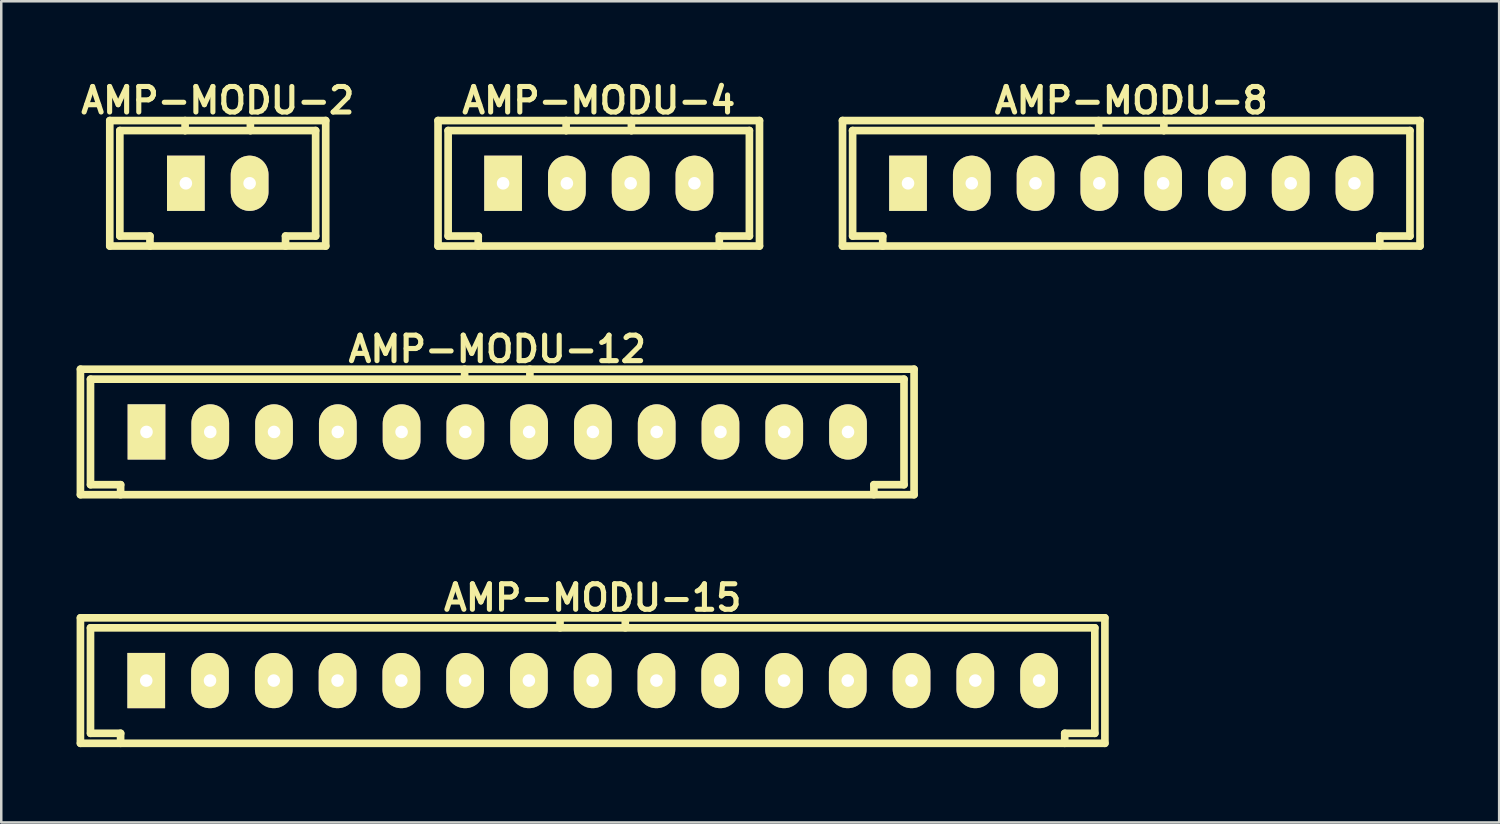
<source format=kicad_pcb>
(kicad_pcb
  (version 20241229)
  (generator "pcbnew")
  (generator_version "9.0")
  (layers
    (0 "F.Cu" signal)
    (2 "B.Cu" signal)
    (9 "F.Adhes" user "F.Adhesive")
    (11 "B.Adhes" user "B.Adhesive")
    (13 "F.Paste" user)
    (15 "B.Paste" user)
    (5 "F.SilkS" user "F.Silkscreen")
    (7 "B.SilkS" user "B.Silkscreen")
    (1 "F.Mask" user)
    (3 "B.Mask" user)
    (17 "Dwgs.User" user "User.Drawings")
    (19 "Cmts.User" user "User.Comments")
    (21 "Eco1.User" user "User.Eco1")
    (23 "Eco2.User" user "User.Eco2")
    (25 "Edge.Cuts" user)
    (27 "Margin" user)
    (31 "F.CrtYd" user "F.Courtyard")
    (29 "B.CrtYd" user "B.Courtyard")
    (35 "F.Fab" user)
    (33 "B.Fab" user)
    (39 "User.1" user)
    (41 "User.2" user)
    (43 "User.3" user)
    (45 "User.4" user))
  (footprint "AMP-MODU-4"
    (layer "F.Cu")
    (at 20.797 4.25)
    (property "Reference" "AMP-MODU-4" (at 0 -3.299 0) (layer "F.SilkS") (effects (font (size 1.016 1.016) (thickness 0.203))))
    (attr through_hole)
    (fp_line (start -6.401 -2.499) (end 6.401 -2.499) (stroke (width 0.305) (type solid)) (layer "F.SilkS"))
    (fp_line (start -6.401 2.499) (end -6.401 -2.499) (stroke (width 0.305) (type solid)) (layer "F.SilkS"))
    (fp_line (start -5.999 -2.101) (end -5.999 2.101) (stroke (width 0.305) (type solid)) (layer "F.SilkS"))
    (fp_line (start -4.801 2.101) (end -4.801 2.499) (stroke (width 0.305) (type solid)) (layer "F.SilkS"))
    (fp_line (start -4.798 2.101) (end -5.997 2.101) (stroke (width 0.305) (type solid)) (layer "F.SilkS"))
    (fp_line (start -1.3 -2.101) (end -5.999 -2.101) (stroke (width 0.305) (type solid)) (layer "F.SilkS"))
    (fp_line (start -1.3 -2.101) (end -1.3 -2.499) (stroke (width 0.305) (type solid)) (layer "F.SilkS"))
    (fp_line (start -1.3 -2.101) (end 1.3 -2.101) (stroke (width 0.305) (type solid)) (layer "F.SilkS"))
    (fp_line (start 1.3 -2.499) (end 1.3 -2.101) (stroke (width 0.305) (type solid)) (layer "F.SilkS"))
    (fp_line (start 4.801 2.499) (end 4.801 2.101) (stroke (width 0.305) (type solid)) (layer "F.SilkS"))
    (fp_line (start 5.999 -2.101) (end 1.3 -2.101) (stroke (width 0.305) (type solid)) (layer "F.SilkS"))
    (fp_line (start 5.999 2.101) (end 4.801 2.101) (stroke (width 0.305) (type solid)) (layer "F.SilkS"))
    (fp_line (start 5.999 2.101) (end 5.999 -2.101) (stroke (width 0.305) (type solid)) (layer "F.SilkS"))
    (fp_line (start 6.401 -2.499) (end 6.401 2.499) (stroke (width 0.305) (type solid)) (layer "F.SilkS"))
    (fp_line (start 6.401 2.499) (end -6.401 2.499) (stroke (width 0.305) (type solid)) (layer "F.SilkS"))
    (pad "1" thru_hole rect (at -3.81 0) (size 1.501 2.2) (drill 0.5) (layers "*.Cu" "*.Mask" "F.SilkS"))
    (pad "2" thru_hole oval (at -1.27 0) (size 1.501 2.2) (drill 0.5) (layers "*.Cu" "*.Mask" "F.SilkS"))
    (pad "3" thru_hole oval (at 1.27 0) (size 1.501 2.2) (drill 0.5) (layers "*.Cu" "*.Mask" "F.SilkS"))
    (pad "4" thru_hole oval (at 3.81 0) (size 1.501 2.2) (drill 0.5) (layers "*.Cu" "*.Mask" "F.SilkS")))
  (footprint "AMP-MODU-8"
    (layer "F.Cu")
    (at 42.004 4.25)
    (property "Reference" "AMP-MODU-8" (at 0 -3.299 0) (layer "F.SilkS") (effects (font (size 1.016 1.016) (thickness 0.203))))
    (attr through_hole)
    (fp_line (start -11.501 -2.499) (end 11.501 -2.499) (stroke (width 0.305) (type solid)) (layer "F.SilkS"))
    (fp_line (start -11.499 2.499) (end -11.499 -2.499) (stroke (width 0.305) (type solid)) (layer "F.SilkS"))
    (fp_line (start -11.097 -2.101) (end -11.097 2.101) (stroke (width 0.305) (type solid)) (layer "F.SilkS"))
    (fp_line (start -9.898 2.101) (end -9.898 2.499) (stroke (width 0.305) (type solid)) (layer "F.SilkS"))
    (fp_line (start -9.896 2.101) (end -11.095 2.101) (stroke (width 0.305) (type solid)) (layer "F.SilkS"))
    (fp_line (start -1.3 -2.101) (end -11.1 -2.101) (stroke (width 0.305) (type solid)) (layer "F.SilkS"))
    (fp_line (start -1.3 -2.101) (end -1.3 -2.499) (stroke (width 0.305) (type solid)) (layer "F.SilkS"))
    (fp_line (start -1.3 -2.101) (end 1.3 -2.101) (stroke (width 0.305) (type solid)) (layer "F.SilkS"))
    (fp_line (start 1.3 -2.499) (end 1.3 -2.101) (stroke (width 0.305) (type solid)) (layer "F.SilkS"))
    (fp_line (start 9.901 2.499) (end 9.901 2.101) (stroke (width 0.305) (type solid)) (layer "F.SilkS"))
    (fp_line (start 11.1 -2.101) (end 1.3 -2.101) (stroke (width 0.305) (type solid)) (layer "F.SilkS"))
    (fp_line (start 11.1 2.101) (end 9.901 2.101) (stroke (width 0.305) (type solid)) (layer "F.SilkS"))
    (fp_line (start 11.1 2.101) (end 11.1 -2.101) (stroke (width 0.305) (type solid)) (layer "F.SilkS"))
    (fp_line (start 11.501 -2.499) (end 11.501 2.499) (stroke (width 0.305) (type solid)) (layer "F.SilkS"))
    (fp_line (start 11.501 2.499) (end -11.501 2.499) (stroke (width 0.305) (type solid)) (layer "F.SilkS"))
    (pad "1" thru_hole rect (at -8.89 0) (size 1.501 2.2) (drill 0.5) (layers "*.Cu" "*.Mask" "F.SilkS"))
    (pad "2" thru_hole oval (at -6.35 0) (size 1.501 2.2) (drill 0.5) (layers "*.Cu" "*.Mask" "F.SilkS"))
    (pad "3" thru_hole oval (at -3.81 0) (size 1.501 2.2) (drill 0.5) (layers "*.Cu" "*.Mask" "F.SilkS"))
    (pad "4" thru_hole oval (at -1.27 0) (size 1.501 2.2) (drill 0.5) (layers "*.Cu" "*.Mask" "F.SilkS"))
    (pad "5" thru_hole oval (at 1.27 0) (size 1.501 2.2) (drill 0.5) (layers "*.Cu" "*.Mask" "F.SilkS"))
    (pad "6" thru_hole oval (at 3.81 0) (size 1.501 2.2) (drill 0.5) (layers "*.Cu" "*.Mask" "F.SilkS"))
    (pad "7" thru_hole oval (at 6.35 0) (size 1.501 2.2) (drill 0.5) (layers "*.Cu" "*.Mask" "F.SilkS"))
    (pad "8" thru_hole oval (at 8.89 0) (size 1.501 2.2) (drill 0.5) (layers "*.Cu" "*.Mask" "F.SilkS")))
  (footprint "AMP-MODU-2"
    (layer "F.Cu")
    (at 5.622 4.25)
    (property "Reference" "AMP-MODU-2" (at 0 -3.299 0) (layer "F.SilkS") (effects (font (size 1.016 1.016) (thickness 0.203))))
    (attr through_hole)
    (fp_line (start -4.3 -2.499) (end 4.3 -2.499) (stroke (width 0.305) (type solid)) (layer "F.SilkS"))
    (fp_line (start -4.3 2.499) (end -4.3 -2.499) (stroke (width 0.305) (type solid)) (layer "F.SilkS"))
    (fp_line (start -3.899 -2.101) (end -3.899 2.101) (stroke (width 0.305) (type solid)) (layer "F.SilkS"))
    (fp_line (start -2.7 2.101) (end -3.899 2.101) (stroke (width 0.305) (type solid)) (layer "F.SilkS"))
    (fp_line (start -2.7 2.101) (end -2.7 2.499) (stroke (width 0.305) (type solid)) (layer "F.SilkS"))
    (fp_line (start -1.3 -2.101) (end -3.899 -2.101) (stroke (width 0.305) (type solid)) (layer "F.SilkS"))
    (fp_line (start -1.3 -2.101) (end -1.3 -2.499) (stroke (width 0.305) (type solid)) (layer "F.SilkS"))
    (fp_line (start -1.3 -2.101) (end 1.3 -2.101) (stroke (width 0.305) (type solid)) (layer "F.SilkS"))
    (fp_line (start 1.3 -2.499) (end 1.3 -2.101) (stroke (width 0.305) (type solid)) (layer "F.SilkS"))
    (fp_line (start 1.3 -2.101) (end 3.899 -2.101) (stroke (width 0.305) (type solid)) (layer "F.SilkS"))
    (fp_line (start 2.7 2.499) (end 2.7 2.101) (stroke (width 0.305) (type solid)) (layer "F.SilkS"))
    (fp_line (start 3.899 2.101) (end 2.7 2.101) (stroke (width 0.305) (type solid)) (layer "F.SilkS"))
    (fp_line (start 3.899 2.101) (end 3.899 -2.101) (stroke (width 0.305) (type solid)) (layer "F.SilkS"))
    (fp_line (start 4.3 -2.499) (end 4.3 2.499) (stroke (width 0.305) (type solid)) (layer "F.SilkS"))
    (fp_line (start 4.3 2.499) (end -4.3 2.499) (stroke (width 0.305) (type solid)) (layer "F.SilkS"))
    (pad "1" thru_hole rect (at -1.27 0) (size 1.501 2.2) (drill 0.5) (layers "*.Cu" "*.Mask" "F.SilkS"))
    (pad "2" thru_hole oval (at 1.27 0) (size 1.501 2.2) (drill 0.5) (layers "*.Cu" "*.Mask" "F.SilkS")))
  (footprint "AMP-MODU-15"
    (layer "F.Cu")
    (at 20.554 24.055)
    (property "Reference" "AMP-MODU-15" (at 0 -3.299 0) (layer "F.SilkS") (effects (font (size 1.016 1.016) (thickness 0.203))))
    (attr through_hole)
    (fp_line (start -20.401 2.499) (end -20.401 -2.499) (stroke (width 0.305) (type solid)) (layer "F.SilkS"))
    (fp_line (start -20.399 -2.499) (end 20.399 -2.499) (stroke (width 0.305) (type solid)) (layer "F.SilkS"))
    (fp_line (start -20.399 2.499) (end 20.399 2.499) (stroke (width 0.305) (type solid)) (layer "F.SilkS"))
    (fp_line (start -20 -2.101) (end -20 2.101) (stroke (width 0.305) (type solid)) (layer "F.SilkS"))
    (fp_line (start -18.801 2.101) (end -18.801 2.499) (stroke (width 0.305) (type solid)) (layer "F.SilkS"))
    (fp_line (start -18.799 2.101) (end -19.997 2.101) (stroke (width 0.305) (type solid)) (layer "F.SilkS"))
    (fp_line (start -1.3 -2.101) (end -1.3 -2.499) (stroke (width 0.305) (type solid)) (layer "F.SilkS"))
    (fp_line (start 1.3 -2.499) (end 1.3 -2.101) (stroke (width 0.305) (type solid)) (layer "F.SilkS"))
    (fp_line (start 18.801 2.499) (end 18.801 2.101) (stroke (width 0.305) (type solid)) (layer "F.SilkS"))
    (fp_line (start 20 -2.101) (end -20 -2.101) (stroke (width 0.305) (type solid)) (layer "F.SilkS"))
    (fp_line (start 20 2.101) (end 18.801 2.101) (stroke (width 0.305) (type solid)) (layer "F.SilkS"))
    (fp_line (start 20 2.101) (end 20 -2.101) (stroke (width 0.305) (type solid)) (layer "F.SilkS"))
    (fp_line (start 20.401 -2.499) (end 20.401 2.499) (stroke (width 0.305) (type solid)) (layer "F.SilkS"))
    (pad "1" thru_hole rect (at -17.78 0) (size 1.501 2.2) (drill 0.5) (layers "*.Cu" "*.Mask" "F.SilkS"))
    (pad "2" thru_hole oval (at -15.24 0) (size 1.501 2.2) (drill 0.5) (layers "*.Cu" "*.Mask" "F.SilkS"))
    (pad "3" thru_hole oval (at -12.7 0) (size 1.501 2.2) (drill 0.5) (layers "*.Cu" "*.Mask" "F.SilkS"))
    (pad "4" thru_hole oval (at -10.16 0) (size 1.501 2.2) (drill 0.5) (layers "*.Cu" "*.Mask" "F.SilkS"))
    (pad "5" thru_hole oval (at -7.62 0) (size 1.501 2.2) (drill 0.5) (layers "*.Cu" "*.Mask" "F.SilkS"))
    (pad "6" thru_hole oval (at -5.08 0) (size 1.501 2.2) (drill 0.5) (layers "*.Cu" "*.Mask" "F.SilkS"))
    (pad "7" thru_hole oval (at -2.54 0) (size 1.501 2.2) (drill 0.5) (layers "*.Cu" "*.Mask" "F.SilkS"))
    (pad "8" thru_hole oval (at 0 0) (size 1.501 2.2) (drill 0.5) (layers "*.Cu" "*.Mask" "F.SilkS"))
    (pad "9" thru_hole oval (at 2.54 0) (size 1.501 2.2) (drill 0.5) (layers "*.Cu" "*.Mask" "F.SilkS"))
    (pad "10" thru_hole oval (at 5.08 0) (size 1.501 2.2) (drill 0.5) (layers "*.Cu" "*.Mask" "F.SilkS"))
    (pad "11" thru_hole oval (at 7.62 0) (size 1.501 2.2) (drill 0.5) (layers "*.Cu" "*.Mask" "F.SilkS"))
    (pad "12" thru_hole oval (at 10.16 0) (size 1.501 2.2) (drill 0.5) (layers "*.Cu" "*.Mask" "F.SilkS"))
    (pad "13" thru_hole oval (at 12.7 0) (size 1.501 2.2) (drill 0.5) (layers "*.Cu" "*.Mask" "F.SilkS"))
    (pad "14" thru_hole oval (at 15.24 0) (size 1.501 2.2) (drill 0.5) (layers "*.Cu" "*.Mask" "F.SilkS"))
    (pad "15" thru_hole oval (at 17.78 0) (size 1.501 2.2) (drill 0.5) (layers "*.Cu" "*.Mask" "F.SilkS")))
  (footprint "AMP-MODU-12"
    (layer "F.Cu")
    (at 16.754 14.153)
    (property "Reference" "AMP-MODU-12" (at 0 -3.299 0) (layer "F.SilkS") (effects (font (size 1.016 1.016) (thickness 0.203))))
    (attr through_hole)
    (fp_line (start -16.601 2.499) (end -16.601 -2.499) (stroke (width 0.305) (type solid)) (layer "F.SilkS"))
    (fp_line (start -16.599 -2.499) (end 16.599 -2.499) (stroke (width 0.305) (type solid)) (layer "F.SilkS"))
    (fp_line (start -16.2 -2.101) (end -16.2 2.101) (stroke (width 0.305) (type solid)) (layer "F.SilkS"))
    (fp_line (start -16.2 -2.101) (end 16.2 -2.101) (stroke (width 0.305) (type solid)) (layer "F.SilkS"))
    (fp_line (start -15.001 2.101) (end -15.001 2.499) (stroke (width 0.305) (type solid)) (layer "F.SilkS"))
    (fp_line (start -14.999 2.101) (end -16.198 2.101) (stroke (width 0.305) (type solid)) (layer "F.SilkS"))
    (fp_line (start -1.3 -2.101) (end -1.3 -2.499) (stroke (width 0.305) (type solid)) (layer "F.SilkS"))
    (fp_line (start 1.3 -2.499) (end 1.3 -2.101) (stroke (width 0.305) (type solid)) (layer "F.SilkS"))
    (fp_line (start 15.001 2.499) (end 15.001 2.101) (stroke (width 0.305) (type solid)) (layer "F.SilkS"))
    (fp_line (start 16.2 2.101) (end 15.001 2.101) (stroke (width 0.305) (type solid)) (layer "F.SilkS"))
    (fp_line (start 16.2 2.101) (end 16.2 -2.101) (stroke (width 0.305) (type solid)) (layer "F.SilkS"))
    (fp_line (start 16.599 2.499) (end -16.599 2.499) (stroke (width 0.305) (type solid)) (layer "F.SilkS"))
    (fp_line (start 16.601 -2.499) (end 16.601 2.499) (stroke (width 0.305) (type solid)) (layer "F.SilkS"))
    (pad "1" thru_hole rect (at -13.97 0) (size 1.501 2.2) (drill 0.5) (layers "*.Cu" "*.Mask" "F.SilkS"))
    (pad "2" thru_hole oval (at -11.43 0) (size 1.501 2.2) (drill 0.5) (layers "*.Cu" "*.Mask" "F.SilkS"))
    (pad "3" thru_hole oval (at -8.89 0) (size 1.501 2.2) (drill 0.5) (layers "*.Cu" "*.Mask" "F.SilkS"))
    (pad "4" thru_hole oval (at -6.35 0) (size 1.501 2.2) (drill 0.5) (layers "*.Cu" "*.Mask" "F.SilkS"))
    (pad "5" thru_hole oval (at -3.81 0) (size 1.501 2.2) (drill 0.5) (layers "*.Cu" "*.Mask" "F.SilkS"))
    (pad "6" thru_hole oval (at -1.27 0) (size 1.501 2.2) (drill 0.5) (layers "*.Cu" "*.Mask" "F.SilkS"))
    (pad "7" thru_hole oval (at 1.27 0) (size 1.501 2.2) (drill 0.5) (layers "*.Cu" "*.Mask" "F.SilkS"))
    (pad "8" thru_hole oval (at 3.81 0) (size 1.501 2.2) (drill 0.5) (layers "*.Cu" "*.Mask" "F.SilkS"))
    (pad "9" thru_hole oval (at 6.35 0) (size 1.501 2.2) (drill 0.5) (layers "*.Cu" "*.Mask" "F.SilkS"))
    (pad "10" thru_hole oval (at 8.89 0) (size 1.501 2.2) (drill 0.5) (layers "*.Cu" "*.Mask" "F.SilkS"))
    (pad "11" thru_hole oval (at 11.43 0) (size 1.501 2.2) (drill 0.5) (layers "*.Cu" "*.Mask" "F.SilkS"))
    (pad "12" thru_hole oval (at 13.97 0) (size 1.501 2.2) (drill 0.5) (layers "*.Cu" "*.Mask" "F.SilkS")))
  (gr_rect
    (start -3 -3)
    (end 56.657 29.707)
    (stroke (width 0.1) (type default))
    (fill no)
    (layer "Edge.Cuts")))
</source>
